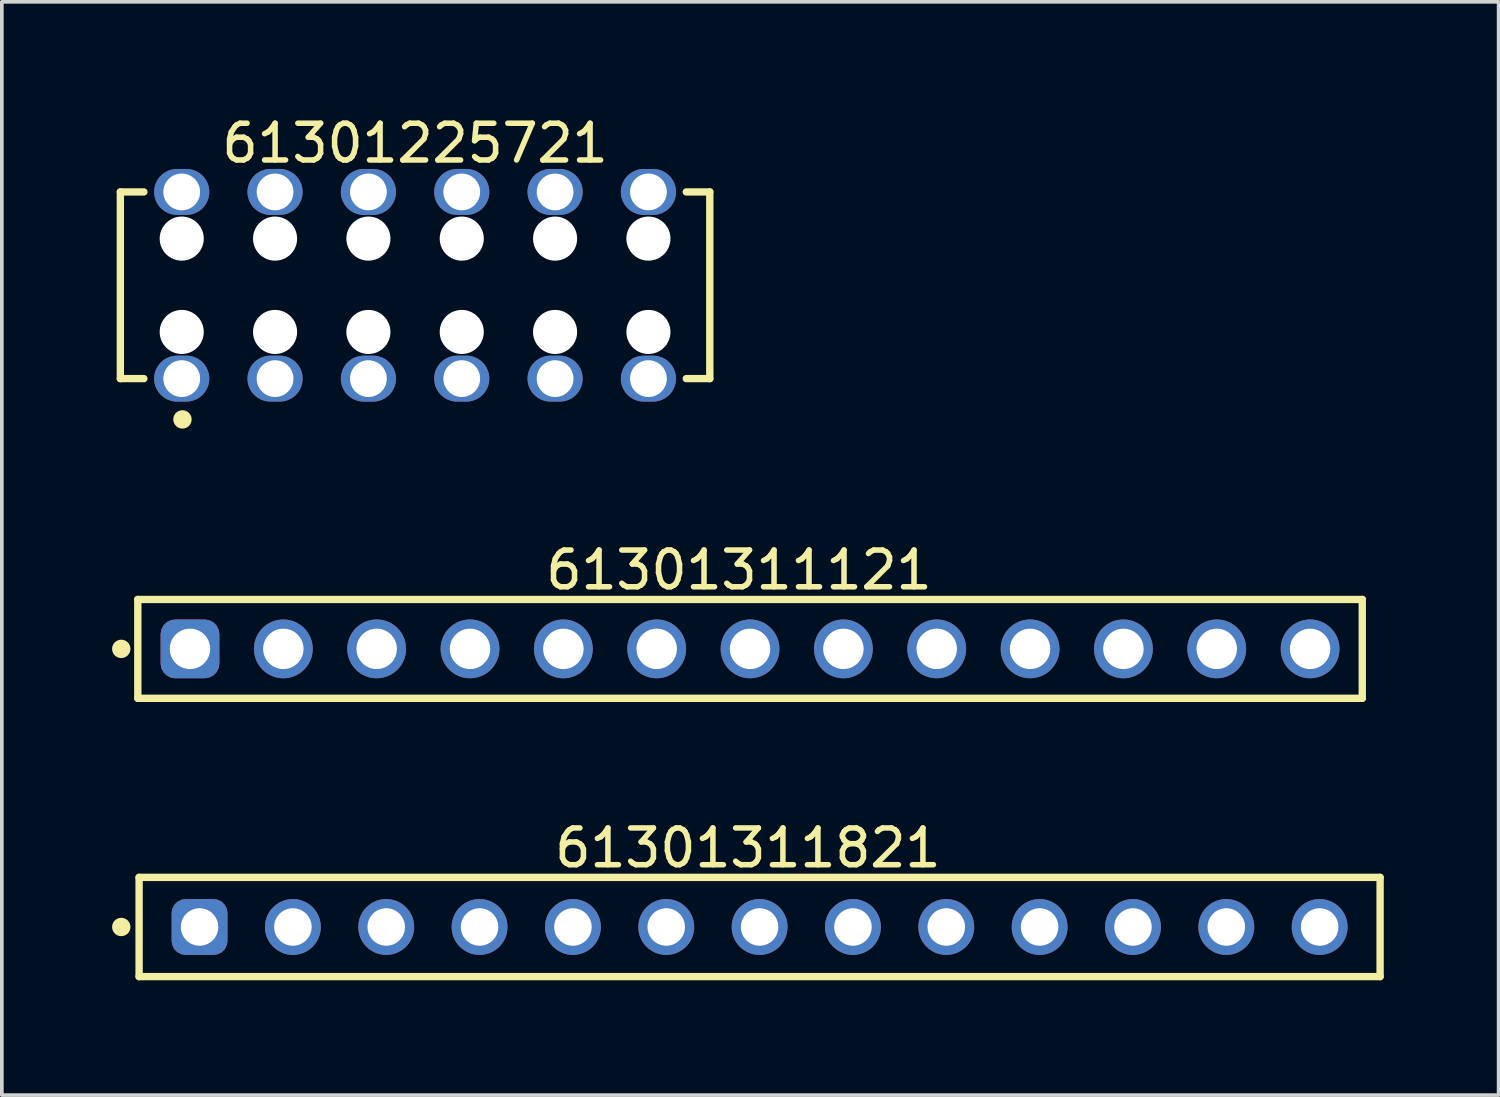
<source format=kicad_pcb>
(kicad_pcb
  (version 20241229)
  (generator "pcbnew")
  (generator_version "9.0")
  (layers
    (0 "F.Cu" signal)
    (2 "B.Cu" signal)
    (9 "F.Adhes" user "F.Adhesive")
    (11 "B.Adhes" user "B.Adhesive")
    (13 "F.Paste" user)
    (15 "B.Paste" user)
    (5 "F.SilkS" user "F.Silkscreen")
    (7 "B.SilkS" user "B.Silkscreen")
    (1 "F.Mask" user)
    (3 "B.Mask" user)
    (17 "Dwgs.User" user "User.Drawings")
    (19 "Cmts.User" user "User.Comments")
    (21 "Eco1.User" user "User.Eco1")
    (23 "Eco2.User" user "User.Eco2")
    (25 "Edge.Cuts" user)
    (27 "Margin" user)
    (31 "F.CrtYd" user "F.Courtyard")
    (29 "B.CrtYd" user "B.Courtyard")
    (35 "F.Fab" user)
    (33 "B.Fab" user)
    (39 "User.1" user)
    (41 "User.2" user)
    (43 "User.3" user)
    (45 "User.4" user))
  (footprint "61301311121"
    (layer "F.Cu")
    (at 17.36 14.607)
    (property "Reference" "61301311121" (at -0.3 -2.145 0) (layer "F.SilkS") (effects (font (size 1 1) (thickness 0.15))))
    (fp_line (start -16.66 -1.345) (end 16.66 -1.345) (stroke (width 0.2) (type solid)) (layer "F.SilkS"))
    (fp_line (start -16.66 1.345) (end -16.66 -1.345) (stroke (width 0.2) (type solid)) (layer "F.SilkS"))
    (fp_line (start -16.66 1.345) (end 16.66 1.345) (stroke (width 0.2) (type solid)) (layer "F.SilkS"))
    (fp_line (start 16.66 1.345) (end 16.66 -1.345) (stroke (width 0.2) (type solid)) (layer "F.SilkS"))
    (fp_circle (center -17.11 0) (end -17.11 -0.125) (stroke (width 0.25) (type solid)) (fill no) (layer "F.SilkS"))
    (fp_line (start -16.86 -1.545) (end 16.86 -1.545) (stroke (width 0.05) (type solid)) (layer "Eco2.User"))
    (fp_line (start -16.86 1.545) (end -16.86 -1.545) (stroke (width 0.05) (type solid)) (layer "Eco2.User"))
    (fp_line (start -16.86 1.545) (end 16.86 1.545) (stroke (width 0.05) (type solid)) (layer "Eco2.User"))
    (fp_line (start -16.51 -1.27) (end 16.51 -1.27) (stroke (width 0.1) (type solid)) (layer "Eco2.User"))
    (fp_line (start -16.51 1.27) (end -16.51 -1.27) (stroke (width 0.1) (type solid)) (layer "Eco2.User"))
    (fp_line (start -16.51 1.27) (end 16.51 1.27) (stroke (width 0.1) (type solid)) (layer "Eco2.User"))
    (fp_line (start -0.5 0) (end 0.5 0) (stroke (width 0.05) (type solid)) (layer "Eco2.User"))
    (fp_line (start 0 0.5) (end 0 -0.5) (stroke (width 0.05) (type solid)) (layer "Eco2.User"))
    (fp_line (start 16.51 1.27) (end 16.51 -1.27) (stroke (width 0.1) (type solid)) (layer "Eco2.User"))
    (fp_line (start 16.86 1.545) (end 16.86 -1.545) (stroke (width 0.05) (type solid)) (layer "Eco2.User"))
    (fp_text user "${REFERENCE}" (at 0.15 -0.197 0) (unlocked yes) (layer "User.3") (effects (font (size 1.5 1.5) (thickness 0.15))))
    (pad "1" thru_hole roundrect (at -15.24 0) (size 1.6 1.6) (drill 1.1) (layers "*.Cu" "*.Mask") (roundrect_rratio 0.25))
    (pad "2" thru_hole circle (at -12.7 0) (size 1.6 1.6) (drill 1.1) (layers "*.Cu" "*.Mask"))
    (pad "3" thru_hole circle (at -10.16 0) (size 1.6 1.6) (drill 1.1) (layers "*.Cu" "*.Mask"))
    (pad "4" thru_hole circle (at -7.62 0) (size 1.6 1.6) (drill 1.1) (layers "*.Cu" "*.Mask"))
    (pad "5" thru_hole circle (at -5.08 0) (size 1.6 1.6) (drill 1.1) (layers "*.Cu" "*.Mask"))
    (pad "6" thru_hole circle (at -2.54 0) (size 1.6 1.6) (drill 1.1) (layers "*.Cu" "*.Mask"))
    (pad "7" thru_hole circle (at 0 0) (size 1.6 1.6) (drill 1.1) (layers "*.Cu" "*.Mask"))
    (pad "8" thru_hole circle (at 2.54 0) (size 1.6 1.6) (drill 1.1) (layers "*.Cu" "*.Mask"))
    (pad "9" thru_hole circle (at 5.08 0) (size 1.6 1.6) (drill 1.1) (layers "*.Cu" "*.Mask"))
    (pad "10" thru_hole circle (at 7.62 0) (size 1.6 1.6) (drill 1.1) (layers "*.Cu" "*.Mask"))
    (pad "11" thru_hole circle (at 10.16 0) (size 1.6 1.6) (drill 1.1) (layers "*.Cu" "*.Mask"))
    (pad "12" thru_hole circle (at 12.7 0) (size 1.6 1.6) (drill 1.1) (layers "*.Cu" "*.Mask"))
    (pad "13" thru_hole circle (at 15.24 0) (size 1.6 1.6) (drill 1.1) (layers "*.Cu" "*.Mask")))
  (footprint "61301225721"
    (layer "F.Cu")
    (at 8.245 4.713)
    (property "Reference" "61301225721" (at 0 -3.865 0) (layer "F.SilkS") (effects (font (size 1 1) (thickness 0.15))))
    (fp_line (start -8.02 -2.54) (end -7.38 -2.54) (stroke (width 0.2) (type solid)) (layer "F.SilkS"))
    (fp_line (start -8.02 2.54) (end -8.02 -2.54) (stroke (width 0.2) (type solid)) (layer "F.SilkS"))
    (fp_line (start -8.02 2.54) (end -7.38 2.54) (stroke (width 0.2) (type solid)) (layer "F.SilkS"))
    (fp_line (start 7.38 -2.54) (end 8.02 -2.54) (stroke (width 0.2) (type solid)) (layer "F.SilkS"))
    (fp_line (start 7.38 2.54) (end 8.02 2.54) (stroke (width 0.2) (type solid)) (layer "F.SilkS"))
    (fp_line (start 8.02 2.54) (end 8.02 -2.54) (stroke (width 0.2) (type solid)) (layer "F.SilkS"))
    (fp_circle (center -6.33 3.65) (end -6.33 3.525) (stroke (width 0.25) (type solid)) (fill no) (layer "F.SilkS"))
    (fp_line (start -8.22 -3.365) (end 8.22 -3.365) (stroke (width 0.05) (type solid)) (layer "Eco2.User"))
    (fp_line (start -8.22 3.365) (end -8.22 -3.365) (stroke (width 0.05) (type solid)) (layer "Eco2.User"))
    (fp_line (start -8.22 3.365) (end 8.22 3.365) (stroke (width 0.05) (type solid)) (layer "Eco2.User"))
    (fp_line (start -7.92 -2.54) (end 7.92 -2.54) (stroke (width 0.1) (type solid)) (layer "Eco2.User"))
    (fp_line (start -7.92 2.54) (end -7.92 -2.54) (stroke (width 0.1) (type solid)) (layer "Eco2.User"))
    (fp_line (start -7.92 2.54) (end 7.92 2.54) (stroke (width 0.1) (type solid)) (layer "Eco2.User"))
    (fp_line (start -0.5 0) (end 0.5 0) (stroke (width 0.05) (type solid)) (layer "Eco2.User"))
    (fp_line (start 0 0.5) (end 0 -0.5) (stroke (width 0.05) (type solid)) (layer "Eco2.User"))
    (fp_line (start 7.92 2.54) (end 7.92 -2.54) (stroke (width 0.1) (type solid)) (layer "Eco2.User"))
    (fp_line (start 8.22 3.365) (end 8.22 -3.365) (stroke (width 0.05) (type solid)) (layer "Eco2.User"))
    (fp_text user "${REFERENCE}" (at 0.15 -0.197 0) (unlocked yes) (layer "User.3") (effects (font (size 1.5 1.5) (thickness 0.15))))
    (pad "" np_thru_hole circle (at -6.35 -1.27) (size 1.2 1.2) (drill 1.2) (layers "*.Cu" "*.Mask"))
    (pad "" np_thru_hole circle (at -6.35 1.27) (size 1.2 1.2) (drill 1.2) (layers "*.Cu" "*.Mask"))
    (pad "" np_thru_hole circle (at -3.81 -1.27) (size 1.2 1.2) (drill 1.2) (layers "*.Cu" "*.Mask"))
    (pad "" np_thru_hole circle (at -3.81 1.27) (size 1.2 1.2) (drill 1.2) (layers "*.Cu" "*.Mask"))
    (pad "" np_thru_hole circle (at -1.27 -1.27) (size 1.2 1.2) (drill 1.2) (layers "*.Cu" "*.Mask"))
    (pad "" np_thru_hole circle (at -1.27 1.27) (size 1.2 1.2) (drill 1.2) (layers "*.Cu" "*.Mask"))
    (pad "" np_thru_hole circle (at 1.27 -1.27) (size 1.2 1.2) (drill 1.2) (layers "*.Cu" "*.Mask"))
    (pad "" np_thru_hole circle (at 1.27 1.27) (size 1.2 1.2) (drill 1.2) (layers "*.Cu" "*.Mask"))
    (pad "" np_thru_hole circle (at 3.81 -1.27) (size 1.2 1.2) (drill 1.2) (layers "*.Cu" "*.Mask"))
    (pad "" np_thru_hole circle (at 3.81 1.27) (size 1.2 1.2) (drill 1.2) (layers "*.Cu" "*.Mask"))
    (pad "" np_thru_hole circle (at 6.35 -1.27) (size 1.2 1.2) (drill 1.2) (layers "*.Cu" "*.Mask"))
    (pad "" np_thru_hole circle (at 6.35 1.27) (size 1.2 1.2) (drill 1.2) (layers "*.Cu" "*.Mask"))
    (pad "1" thru_hole oval (at -6.35 2.54) (size 1.5 1.25) (drill 1) (layers "*.Cu" "*.Mask"))
    (pad "2" thru_hole oval (at -6.35 -2.54) (size 1.5 1.25) (drill 1) (layers "*.Cu" "*.Mask"))
    (pad "3" thru_hole oval (at -3.81 2.54) (size 1.5 1.25) (drill 1) (layers "*.Cu" "*.Mask"))
    (pad "4" thru_hole oval (at -3.81 -2.54) (size 1.5 1.25) (drill 1) (layers "*.Cu" "*.Mask"))
    (pad "5" thru_hole oval (at -1.27 2.54) (size 1.5 1.25) (drill 1) (layers "*.Cu" "*.Mask"))
    (pad "6" thru_hole oval (at -1.27 -2.54) (size 1.5 1.25) (drill 1) (layers "*.Cu" "*.Mask"))
    (pad "7" thru_hole oval (at 1.27 2.54) (size 1.5 1.25) (drill 1) (layers "*.Cu" "*.Mask"))
    (pad "8" thru_hole oval (at 1.27 -2.54) (size 1.5 1.25) (drill 1) (layers "*.Cu" "*.Mask"))
    (pad "9" thru_hole oval (at 3.81 2.54) (size 1.5 1.25) (drill 1) (layers "*.Cu" "*.Mask"))
    (pad "10" thru_hole oval (at 3.81 -2.54) (size 1.5 1.25) (drill 1) (layers "*.Cu" "*.Mask"))
    (pad "11" thru_hole oval (at 6.35 2.54) (size 1.5 1.25) (drill 1) (layers "*.Cu" "*.Mask"))
    (pad "12" thru_hole oval (at 6.35 -2.54) (size 1.5 1.25) (drill 1) (layers "*.Cu" "*.Mask")))
  (footprint "61301311821"
    (layer "F.Cu")
    (at 17.62 22.175)
    (property "Reference" "61301311821" (at -0.318 -2.15 0) (layer "F.SilkS") (effects (font (size 1 1) (thickness 0.15))))
    (fp_line (start -16.885 -1.35) (end 16.885 -1.35) (stroke (width 0.2) (type solid)) (layer "F.SilkS"))
    (fp_line (start -16.885 1.35) (end -16.885 -1.35) (stroke (width 0.2) (type solid)) (layer "F.SilkS"))
    (fp_line (start -16.885 1.35) (end 16.885 1.35) (stroke (width 0.2) (type solid)) (layer "F.SilkS"))
    (fp_line (start 16.885 1.35) (end 16.885 -1.35) (stroke (width 0.2) (type solid)) (layer "F.SilkS"))
    (fp_circle (center -17.37 0) (end -17.37 -0.125) (stroke (width 0.25) (type solid)) (fill no) (layer "F.SilkS"))
    (fp_line (start -17.085 -1.55) (end 17.085 -1.55) (stroke (width 0.05) (type solid)) (layer "Eco2.User"))
    (fp_line (start -17.085 1.55) (end -17.085 -1.55) (stroke (width 0.05) (type solid)) (layer "Eco2.User"))
    (fp_line (start -17.085 1.55) (end 17.085 1.55) (stroke (width 0.05) (type solid)) (layer "Eco2.User"))
    (fp_line (start -16.76 -1.25) (end 16.76 -1.25) (stroke (width 0.1) (type solid)) (layer "Eco2.User"))
    (fp_line (start -16.76 1.25) (end -16.76 -1.25) (stroke (width 0.1) (type solid)) (layer "Eco2.User"))
    (fp_line (start -16.76 1.25) (end 16.76 1.25) (stroke (width 0.1) (type solid)) (layer "Eco2.User"))
    (fp_line (start -0.5 0) (end 0.5 0) (stroke (width 0.05) (type solid)) (layer "Eco2.User"))
    (fp_line (start 0 0.5) (end 0 -0.5) (stroke (width 0.05) (type solid)) (layer "Eco2.User"))
    (fp_line (start 16.76 1.25) (end 16.76 -1.25) (stroke (width 0.1) (type solid)) (layer "Eco2.User"))
    (fp_line (start 17.085 1.55) (end 17.085 -1.55) (stroke (width 0.05) (type solid)) (layer "Eco2.User"))
    (fp_text user "${REFERENCE}" (at 0.15 -0.197 0) (unlocked yes) (layer "User.3") (effects (font (size 1.5 1.5) (thickness 0.15))))
    (pad "1" thru_hole roundrect (at -15.24 0) (size 1.52 1.52) (drill 1.02) (layers "*.Cu" "*.Mask") (roundrect_rratio 0.25))
    (pad "2" thru_hole circle (at -12.7 0) (size 1.52 1.52) (drill 1.02) (layers "*.Cu" "*.Mask"))
    (pad "3" thru_hole circle (at -10.16 0) (size 1.52 1.52) (drill 1.02) (layers "*.Cu" "*.Mask"))
    (pad "4" thru_hole circle (at -7.62 0) (size 1.52 1.52) (drill 1.02) (layers "*.Cu" "*.Mask"))
    (pad "5" thru_hole circle (at -5.08 0) (size 1.52 1.52) (drill 1.02) (layers "*.Cu" "*.Mask"))
    (pad "6" thru_hole circle (at -2.54 0) (size 1.52 1.52) (drill 1.02) (layers "*.Cu" "*.Mask"))
    (pad "7" thru_hole circle (at 0 0) (size 1.52 1.52) (drill 1.02) (layers "*.Cu" "*.Mask"))
    (pad "8" thru_hole circle (at 2.54 0) (size 1.52 1.52) (drill 1.02) (layers "*.Cu" "*.Mask"))
    (pad "9" thru_hole circle (at 5.08 0) (size 1.52 1.52) (drill 1.02) (layers "*.Cu" "*.Mask"))
    (pad "10" thru_hole circle (at 7.62 0) (size 1.52 1.52) (drill 1.02) (layers "*.Cu" "*.Mask"))
    (pad "11" thru_hole circle (at 10.16 0) (size 1.52 1.52) (drill 1.02) (layers "*.Cu" "*.Mask"))
    (pad "12" thru_hole circle (at 12.7 0) (size 1.52 1.52) (drill 1.02) (layers "*.Cu" "*.Mask"))
    (pad "13" thru_hole circle (at 15.24 0) (size 1.52 1.52) (drill 1.02) (layers "*.Cu" "*.Mask")))
  (gr_rect
    (start -3 -3)
    (end 37.73 26.75)
    (stroke (width 0.1) (type default))
    (fill no)
    (layer "Edge.Cuts")))
</source>
